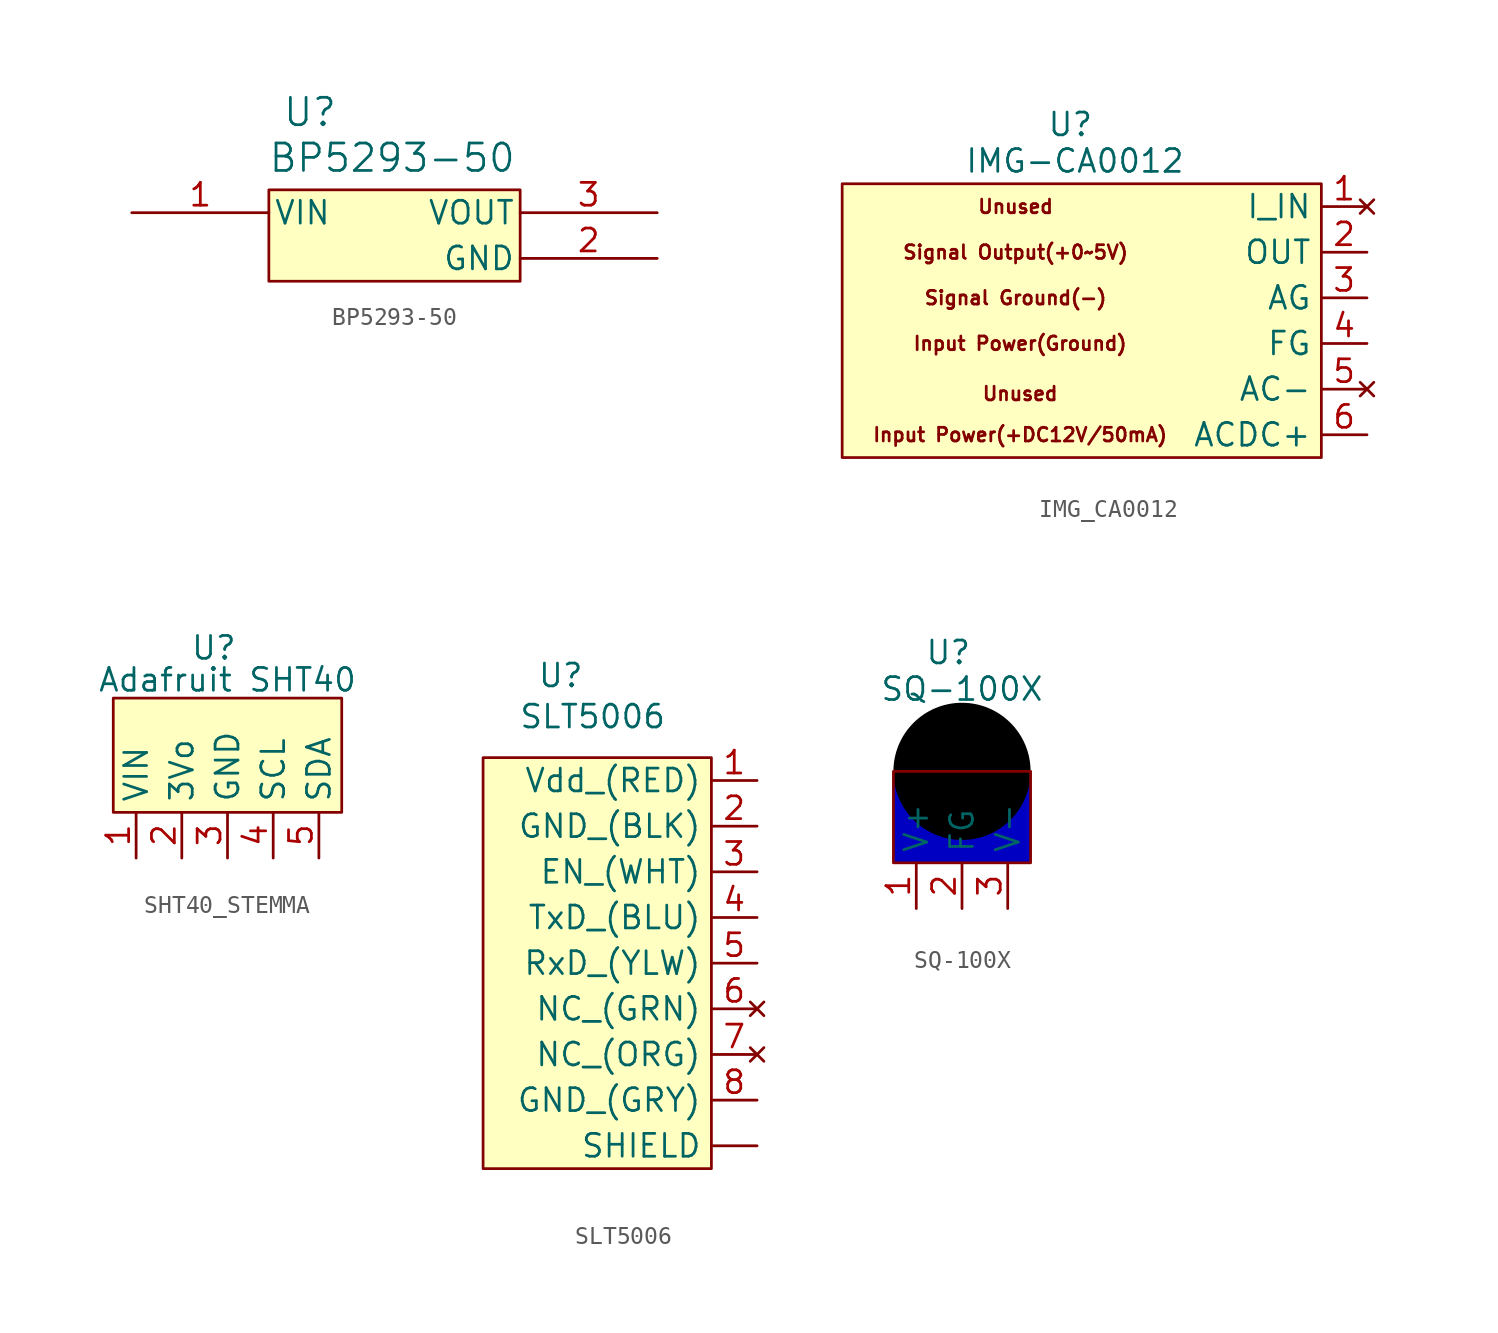
<source format=kicad_sym>
(kicad_symbol_lib
  (version 20241209)
  (generator "kicad_symbol_editor")
  (generator_version "9.0")
  (symbol "BP5293-50"
    (pin_names
      (offset 0.254))
    (property "Reference" "U"
      (at 9.906 5.588 0)
      (effects (font (size 1.524 1.524))))
    (property "Value" "BP5293-50"
      (at 14.478 3.048 0)
      (effects (font (size 1.524 1.524))))
    (property "ki_locked" ""
      (at 0 0 0)
      (effects (font (size 1.27 1.27))))
    (symbol "BP5293-50_0_1"
      (pin unspecified line (at 0 0 0) (length 7.62) (name "VIN" (effects (font (size 1.27 1.27)))) (number "1" (effects (font (size 1.27 1.27)))))
      (pin output line (at 29.21 0 180) (length 7.62) (name "VOUT" (effects (font (size 1.27 1.27)))) (number "3" (effects (font (size 1.27 1.27)))))
      (pin power_out line (at 29.21 -2.54 180) (length 7.62) (name "GND" (effects (font (size 1.27 1.27)))) (number "2" (effects (font (size 1.27 1.27))))))
    (symbol "BP5293-50_1_1"
      (rectangle (start 7.62 1.27) (end 21.59 -3.81) (stroke (width 0) (type solid)) (fill (type background)))))
  (symbol "IMG_CA0012"
    (property "Reference" "U"
      (at 0 3.302 0)
      (effects (font (size 1.27 1.27))))
    (property "Value" "IMG-CA0012"
      (at 0.254 1.27 0)
      (effects (font (size 1.27 1.27))))
    (symbol "IMG_CA0012_1_1"
      (rectangle (start -12.7 0) (end 13.97 -15.24) (stroke (width 0) (type solid)) (fill (type background)))
      (text "Unused" (at -3.048 -1.27 0) (effects (font (size 0.762 0.762))))
      (text "Signal Output(+0~5V)" (at -3.048 -3.81 0) (effects (font (size 0.762 0.762))))
      (text "Signal Ground(-)" (at -3.048 -6.35 0) (effects (font (size 0.762 0.762))))
      (text "Input Power(Ground)" (at -2.794 -8.89 0) (effects (font (size 0.762 0.762))))
      (text "Unused" (at -2.794 -11.684 0) (effects (font (size 0.762 0.762))))
      (text "Input Power(+DC12V/50mA)" (at -2.794 -13.97 0) (effects (font (size 0.762 0.762))))
      (pin no_connect line (at 16.51 -1.27 180) (length 2.54) (name "I_IN" (effects (font (size 1.27 1.27)))) (number "1" (effects (font (size 1.27 1.27)))))
      (pin input line (at 16.51 -3.81 180) (length 2.54) (name "OUT" (effects (font (size 1.27 1.27)))) (number "2" (effects (font (size 1.27 1.27)))))
      (pin output line (at 16.51 -6.35 180) (length 2.54) (name "AG" (effects (font (size 1.27 1.27)))) (number "3" (effects (font (size 1.27 1.27)))))
      (pin power_in line (at 16.51 -8.89 180) (length 2.54) (name "FG" (effects (font (size 1.27 1.27)))) (number "4" (effects (font (size 1.27 1.27)))))
      (pin no_connect line (at 16.51 -11.43 180) (length 2.54) (name "AC-" (effects (font (size 1.27 1.27)))) (number "5" (effects (font (size 1.27 1.27)))))
      (pin power_in line (at 16.51 -13.97 180) (length 2.54) (name "ACDC+" (effects (font (size 1.27 1.27)))) (number "6" (effects (font (size 1.27 1.27)))))))
  (symbol "SHT40_STEMMA"
    (property "Reference" "U"
      (at -0.762 2.794 0)
      (effects (font (size 1.27 1.27))))
    (property "Value" "Adafruit SHT40"
      (at 0 1.016 0)
      (effects (font (size 1.27 1.27))))
    (symbol "SHT40_STEMMA_0_1"
      (rectangle (start -6.35 0) (end 6.35 -6.35) (stroke (width 0) (type default)) (fill (type color) (color 255 255 194 1))))
    (symbol "SHT40_STEMMA_1_1"
      (pin power_in line (at -5.08 -8.89 90) (length 2.54) (name "VIN" (effects (font (size 1.27 1.27)))) (number "1" (effects (font (size 1.27 1.27)))))
      (pin power_out line (at -2.54 -8.89 90) (length 2.54) (name "3Vo" (effects (font (size 1.27 1.27)))) (number "2" (effects (font (size 1.27 1.27)))))
      (pin power_in line (at 0 -8.89 90) (length 2.54) (name "GND" (effects (font (size 1.27 1.27)))) (number "3" (effects (font (size 1.27 1.27)))))
      (pin bidirectional line (at 2.54 -8.89 90) (length 2.54) (name "SCL" (effects (font (size 1.27 1.27)))) (number "4" (effects (font (size 1.27 1.27)))))
      (pin bidirectional line (at 5.08 -8.89 90) (length 2.54) (name "SDA" (effects (font (size 1.27 1.27)))) (number "5" (effects (font (size 1.27 1.27)))))))
  (symbol "SLT5006"
    (property "Reference" "U"
      (at -2.032 0.762 0)
      (effects (font (size 1.27 1.27))))
    (property "Value" "SLT5006"
      (at -0.254 -1.524 0)
      (effects (font (size 1.27 1.27))))
    (symbol "SLT5006_0_1"
      (rectangle (start -6.35 -3.81) (end 6.35 -26.67) (stroke (width 0) (type default)) (fill (type color) (color 255 255 194 1))))
    (symbol "SLT5006_1_1"
      (pin power_in line (at 8.89 -5.08 180) (length 2.54) (name "Vdd_(RED)" (effects (font (size 1.27 1.27)))) (number "1" (effects (font (size 1.27 1.27)))))
      (pin power_in line (at 8.89 -7.62 180) (length 2.54) (name "GND_(BLK)" (effects (font (size 1.27 1.27)))) (number "2" (effects (font (size 1.27 1.27)))))
      (pin input line (at 8.89 -10.16 180) (length 2.54) (name "EN_(WHT)" (effects (font (size 1.27 1.27)))) (number "3" (effects (font (size 1.27 1.27)))))
      (pin output line (at 8.89 -12.7 180) (length 2.54) (name "TxD_(BLU)" (effects (font (size 1.27 1.27)))) (number "4" (effects (font (size 1.27 1.27)))))
      (pin input line (at 8.89 -15.24 180) (length 2.54) (name "RxD_(YLW)" (effects (font (size 1.27 1.27)))) (number "5" (effects (font (size 1.27 1.27)))))
      (pin no_connect line (at 8.89 -17.78 180) (length 2.54) (name "NC_(GRN)" (effects (font (size 1.27 1.27)))) (number "6" (effects (font (size 1.27 1.27)))))
      (pin no_connect line (at 8.89 -20.32 180) (length 2.54) (name "NC_(ORG)" (effects (font (size 1.27 1.27)))) (number "7" (effects (font (size 1.27 1.27)))))
      (pin input line (at 8.89 -22.86 180) (length 2.54) (name "GND_(GRY)" (effects (font (size 1.27 1.27)))) (number "8" (effects (font (size 1.27 1.27)))))
      (pin input line (at 8.89 -25.4 180) (length 2.54) (name "SHIELD" (effects (font (size 1.27 1.27)))) (number "" (effects (font (size 1.27 1.27)))))))
  (symbol "SQ-100X"
    (property "Reference" "U"
      (at -0.762 4.064 0)
      (effects (font (size 1.27 1.27))))
    (property "Value" "SQ-100X"
      (at 0 2.032 0)
      (effects (font (size 1.27 1.27))))
    (symbol "SQ-100X_1_1"
      (rectangle (start -3.81 -2.54) (end 3.81 -7.62) (stroke (width 0) (type solid)) (fill (type color) (color 0 0 194 1)))
      (circle (center 0 -2.54) (radius 3.81) (stroke (width -0.0001) (type solid)) (fill (type color) (color 0 0 0 1)))
      (pin output line (at -2.54 -10.16 90) (length 2.54) (name "V+" (effects (font (size 1.27 1.27)))) (number "1" (effects (font (size 1.27 1.27)))))
      (pin bidirectional line (at 0 -10.16 90) (length 2.54) (name "FG" (effects (font (size 1.27 1.27)))) (number "2" (effects (font (size 1.27 1.27)))))
      (pin bidirectional line (at 2.54 -10.16 90) (length 2.54) (name "V-" (effects (font (size 1.27 1.27)))) (number "3" (effects (font (size 1.27 1.27))))))))
</source>
